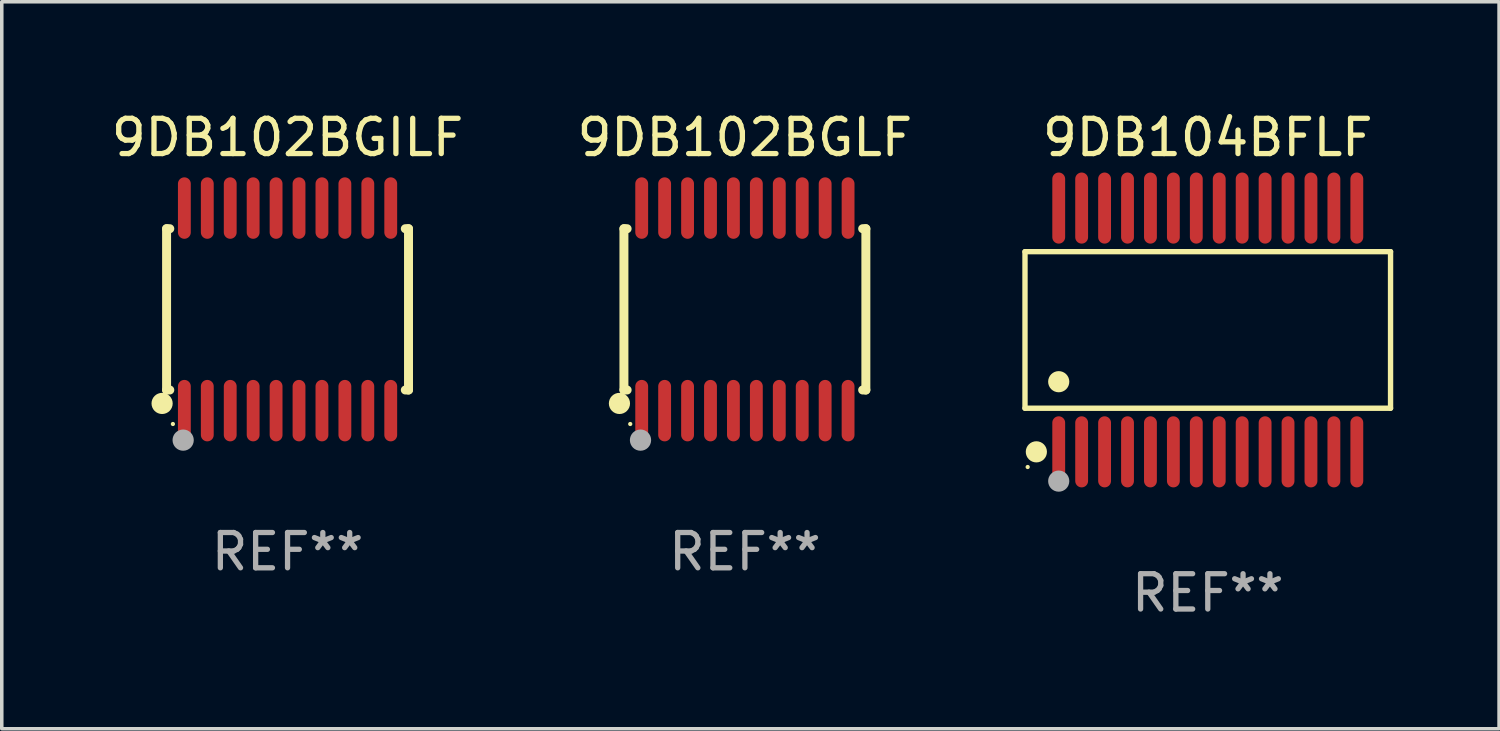
<source format=kicad_pcb>
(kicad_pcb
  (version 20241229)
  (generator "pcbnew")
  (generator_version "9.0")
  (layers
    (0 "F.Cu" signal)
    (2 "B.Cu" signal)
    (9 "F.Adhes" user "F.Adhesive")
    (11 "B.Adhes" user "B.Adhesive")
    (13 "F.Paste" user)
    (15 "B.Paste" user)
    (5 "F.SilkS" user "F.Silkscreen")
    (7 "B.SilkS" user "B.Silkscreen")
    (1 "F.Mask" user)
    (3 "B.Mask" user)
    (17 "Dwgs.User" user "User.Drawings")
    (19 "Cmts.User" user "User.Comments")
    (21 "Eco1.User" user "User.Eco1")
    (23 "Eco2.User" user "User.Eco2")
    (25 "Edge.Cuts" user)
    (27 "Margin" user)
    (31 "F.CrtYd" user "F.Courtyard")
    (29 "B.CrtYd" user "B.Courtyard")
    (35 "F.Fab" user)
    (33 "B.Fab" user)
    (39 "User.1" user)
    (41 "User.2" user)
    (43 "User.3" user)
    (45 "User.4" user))
  (footprint "9DB102BGILF"
    (layer "F.Cu")
    (at 5.101 5.719)
    (property "Reference" "9DB102BGILF" (at 0 -4.871 0) (layer "F.SilkS") (effects (font (size 1 1) (thickness 0.15))))
    (attr through_hole)
    (fp_line (start -3.429 -2.286) (end -3.429 2.286) (stroke (width 0.254) (type solid)) (layer "F.SilkS"))
    (fp_line (start -3.429 2.286) (end -3.338 2.286) (stroke (width 0.254) (type solid)) (layer "F.SilkS"))
    (fp_line (start -3.338 -2.286) (end -3.429 -2.286) (stroke (width 0.254) (type solid)) (layer "F.SilkS"))
    (fp_line (start 3.338 -2.286) (end 3.429 -2.286) (stroke (width 0.254) (type solid)) (layer "F.SilkS"))
    (fp_line (start 3.429 -2.286) (end 3.429 2.286) (stroke (width 0.254) (type solid)) (layer "F.SilkS"))
    (fp_line (start 3.429 2.286) (end 3.338 2.286) (stroke (width 0.254) (type solid)) (layer "F.SilkS"))
    (fp_circle (center -3.556 2.667) (end -3.406 2.667) (stroke (width 0.3) (type solid)) (fill no) (layer "F.SilkS"))
    (fp_circle (center -3.25 3.25) (end -3.22 3.25) (stroke (width 0.06) (type solid)) (fill no) (layer "F.SilkS"))
    (fp_circle (center -2.959 3.707) (end -2.808 3.707) (stroke (width 0.3) (type solid)) (fill no) (layer "F.Fab"))
    (fp_text user "REF**" (at 0 6.871 0) (layer "F.Fab") (effects (font (size 1 1) (thickness 0.15))))
    (pad "1" smd oval (at -2.925 2.871) (size 0.364 1.742) (layers "F.Cu" "F.Mask" "F.Paste"))
    (pad "2" smd oval (at -2.275 2.871) (size 0.364 1.742) (layers "F.Cu" "F.Mask" "F.Paste"))
    (pad "3" smd oval (at -1.625 2.871) (size 0.364 1.742) (layers "F.Cu" "F.Mask" "F.Paste"))
    (pad "4" smd oval (at -0.975 2.871) (size 0.364 1.742) (layers "F.Cu" "F.Mask" "F.Paste"))
    (pad "5" smd oval (at -0.325 2.871) (size 0.364 1.742) (layers "F.Cu" "F.Mask" "F.Paste"))
    (pad "6" smd oval (at 0.325 2.871) (size 0.364 1.742) (layers "F.Cu" "F.Mask" "F.Paste"))
    (pad "7" smd oval (at 0.975 2.871) (size 0.364 1.742) (layers "F.Cu" "F.Mask" "F.Paste"))
    (pad "8" smd oval (at 1.625 2.871) (size 0.364 1.742) (layers "F.Cu" "F.Mask" "F.Paste"))
    (pad "9" smd oval (at 2.275 2.871) (size 0.364 1.742) (layers "F.Cu" "F.Mask" "F.Paste"))
    (pad "10" smd oval (at 2.925 2.871) (size 0.364 1.742) (layers "F.Cu" "F.Mask" "F.Paste"))
    (pad "11" smd oval (at 2.925 -2.871) (size 0.364 1.742) (layers "F.Cu" "F.Mask" "F.Paste"))
    (pad "12" smd oval (at 2.275 -2.871) (size 0.364 1.742) (layers "F.Cu" "F.Mask" "F.Paste"))
    (pad "13" smd oval (at 1.625 -2.871) (size 0.364 1.742) (layers "F.Cu" "F.Mask" "F.Paste"))
    (pad "14" smd oval (at 0.975 -2.871) (size 0.364 1.742) (layers "F.Cu" "F.Mask" "F.Paste"))
    (pad "15" smd oval (at 0.325 -2.871) (size 0.364 1.742) (layers "F.Cu" "F.Mask" "F.Paste"))
    (pad "16" smd oval (at -0.325 -2.871) (size 0.364 1.742) (layers "F.Cu" "F.Mask" "F.Paste"))
    (pad "17" smd oval (at -0.975 -2.871) (size 0.364 1.742) (layers "F.Cu" "F.Mask" "F.Paste"))
    (pad "18" smd oval (at -1.625 -2.871) (size 0.364 1.742) (layers "F.Cu" "F.Mask" "F.Paste"))
    (pad "19" smd oval (at -2.275 -2.871) (size 0.364 1.742) (layers "F.Cu" "F.Mask" "F.Paste"))
    (pad "20" smd oval (at -2.925 -2.871) (size 0.364 1.742) (layers "F.Cu" "F.Mask" "F.Paste")))
  (footprint "9DB104BFLF"
    (layer "F.Cu")
    (at 31.186 6.303)
    (property "Reference" "9DB104BFLF" (at 0 -5.455 0) (layer "F.SilkS") (effects (font (size 1 1) (thickness 0.15))))
    (attr through_hole)
    (fp_line (start -5.181 -2.219) (end 5.181 -2.219) (stroke (width 0.152) (type solid)) (layer "F.SilkS"))
    (fp_line (start -5.181 2.219) (end -5.181 -2.219) (stroke (width 0.152) (type solid)) (layer "F.SilkS"))
    (fp_line (start 5.181 -2.219) (end 5.181 2.219) (stroke (width 0.152) (type solid)) (layer "F.SilkS"))
    (fp_line (start 5.181 2.219) (end -5.181 2.219) (stroke (width 0.152) (type solid)) (layer "F.SilkS"))
    (fp_circle (center -5.105 3.885) (end -5.075 3.885) (stroke (width 0.06) (type solid)) (fill no) (layer "F.SilkS"))
    (fp_circle (center -4.859 3.455) (end -4.709 3.455) (stroke (width 0.3) (type solid)) (fill no) (layer "F.SilkS"))
    (fp_circle (center -4.225 1.467) (end -4.075 1.467) (stroke (width 0.3) (type solid)) (fill no) (layer "F.SilkS"))
    (fp_circle (center -4.225 4.285) (end -4.075 4.285) (stroke (width 0.3) (type solid)) (fill no) (layer "F.Fab"))
    (fp_text user "REF**" (at 0 7.455 0) (layer "F.Fab") (effects (font (size 1 1) (thickness 0.15))))
    (pad "1" smd oval (at -4.225 3.455) (size 0.364 2.015) (layers "F.Cu" "F.Mask" "F.Paste"))
    (pad "2" smd oval (at -3.575 3.455) (size 0.364 2.015) (layers "F.Cu" "F.Mask" "F.Paste"))
    (pad "3" smd oval (at -2.925 3.455) (size 0.364 2.015) (layers "F.Cu" "F.Mask" "F.Paste"))
    (pad "4" smd oval (at -2.275 3.455) (size 0.364 2.015) (layers "F.Cu" "F.Mask" "F.Paste"))
    (pad "5" smd oval (at -1.625 3.455) (size 0.364 2.015) (layers "F.Cu" "F.Mask" "F.Paste"))
    (pad "6" smd oval (at -0.975 3.455) (size 0.364 2.015) (layers "F.Cu" "F.Mask" "F.Paste"))
    (pad "7" smd oval (at -0.325 3.455) (size 0.364 2.015) (layers "F.Cu" "F.Mask" "F.Paste"))
    (pad "8" smd oval (at 0.325 3.455) (size 0.364 2.015) (layers "F.Cu" "F.Mask" "F.Paste"))
    (pad "9" smd oval (at 0.975 3.455) (size 0.364 2.015) (layers "F.Cu" "F.Mask" "F.Paste"))
    (pad "10" smd oval (at 1.625 3.455) (size 0.364 2.015) (layers "F.Cu" "F.Mask" "F.Paste"))
    (pad "11" smd oval (at 2.275 3.455) (size 0.364 2.015) (layers "F.Cu" "F.Mask" "F.Paste"))
    (pad "12" smd oval (at 2.925 3.455) (size 0.364 2.015) (layers "F.Cu" "F.Mask" "F.Paste"))
    (pad "13" smd oval (at 3.575 3.455) (size 0.364 2.015) (layers "F.Cu" "F.Mask" "F.Paste"))
    (pad "14" smd oval (at 4.225 3.455) (size 0.364 2.015) (layers "F.Cu" "F.Mask" "F.Paste"))
    (pad "15" smd oval (at 4.225 -3.455) (size 0.364 2.015) (layers "F.Cu" "F.Mask" "F.Paste"))
    (pad "16" smd oval (at 3.575 -3.455) (size 0.364 2.015) (layers "F.Cu" "F.Mask" "F.Paste"))
    (pad "17" smd oval (at 2.925 -3.455) (size 0.364 2.015) (layers "F.Cu" "F.Mask" "F.Paste"))
    (pad "18" smd oval (at 2.275 -3.455) (size 0.364 2.015) (layers "F.Cu" "F.Mask" "F.Paste"))
    (pad "19" smd oval (at 1.625 -3.455) (size 0.364 2.015) (layers "F.Cu" "F.Mask" "F.Paste"))
    (pad "20" smd oval (at 0.975 -3.455) (size 0.364 2.015) (layers "F.Cu" "F.Mask" "F.Paste"))
    (pad "21" smd oval (at 0.325 -3.455) (size 0.364 2.015) (layers "F.Cu" "F.Mask" "F.Paste"))
    (pad "22" smd oval (at -0.325 -3.455) (size 0.364 2.015) (layers "F.Cu" "F.Mask" "F.Paste"))
    (pad "23" smd oval (at -0.975 -3.455) (size 0.364 2.015) (layers "F.Cu" "F.Mask" "F.Paste"))
    (pad "24" smd oval (at -1.625 -3.455) (size 0.364 2.015) (layers "F.Cu" "F.Mask" "F.Paste"))
    (pad "25" smd oval (at -2.275 -3.455) (size 0.364 2.015) (layers "F.Cu" "F.Mask" "F.Paste"))
    (pad "26" smd oval (at -2.925 -3.455) (size 0.364 2.015) (layers "F.Cu" "F.Mask" "F.Paste"))
    (pad "27" smd oval (at -3.575 -3.455) (size 0.364 2.015) (layers "F.Cu" "F.Mask" "F.Paste"))
    (pad "28" smd oval (at -4.225 -3.455) (size 0.364 2.015) (layers "F.Cu" "F.Mask" "F.Paste")))
  (footprint "9DB102BGLF"
    (layer "F.Cu")
    (at 18.065 5.719)
    (property "Reference" "9DB102BGLF" (at 0 -4.871 0) (layer "F.SilkS") (effects (font (size 1 1) (thickness 0.15))))
    (attr through_hole)
    (fp_line (start -3.429 -2.286) (end -3.429 2.286) (stroke (width 0.254) (type solid)) (layer "F.SilkS"))
    (fp_line (start -3.429 2.286) (end -3.338 2.286) (stroke (width 0.254) (type solid)) (layer "F.SilkS"))
    (fp_line (start -3.338 -2.286) (end -3.429 -2.286) (stroke (width 0.254) (type solid)) (layer "F.SilkS"))
    (fp_line (start 3.338 -2.286) (end 3.429 -2.286) (stroke (width 0.254) (type solid)) (layer "F.SilkS"))
    (fp_line (start 3.429 -2.286) (end 3.429 2.286) (stroke (width 0.254) (type solid)) (layer "F.SilkS"))
    (fp_line (start 3.429 2.286) (end 3.338 2.286) (stroke (width 0.254) (type solid)) (layer "F.SilkS"))
    (fp_circle (center -3.556 2.667) (end -3.406 2.667) (stroke (width 0.3) (type solid)) (fill no) (layer "F.SilkS"))
    (fp_circle (center -3.25 3.25) (end -3.22 3.25) (stroke (width 0.06) (type solid)) (fill no) (layer "F.SilkS"))
    (fp_circle (center -2.959 3.707) (end -2.808 3.707) (stroke (width 0.3) (type solid)) (fill no) (layer "F.Fab"))
    (fp_text user "REF**" (at 0 6.871 0) (layer "F.Fab") (effects (font (size 1 1) (thickness 0.15))))
    (pad "1" smd oval (at -2.925 2.871) (size 0.364 1.742) (layers "F.Cu" "F.Mask" "F.Paste"))
    (pad "2" smd oval (at -2.275 2.871) (size 0.364 1.742) (layers "F.Cu" "F.Mask" "F.Paste"))
    (pad "3" smd oval (at -1.625 2.871) (size 0.364 1.742) (layers "F.Cu" "F.Mask" "F.Paste"))
    (pad "4" smd oval (at -0.975 2.871) (size 0.364 1.742) (layers "F.Cu" "F.Mask" "F.Paste"))
    (pad "5" smd oval (at -0.325 2.871) (size 0.364 1.742) (layers "F.Cu" "F.Mask" "F.Paste"))
    (pad "6" smd oval (at 0.325 2.871) (size 0.364 1.742) (layers "F.Cu" "F.Mask" "F.Paste"))
    (pad "7" smd oval (at 0.975 2.871) (size 0.364 1.742) (layers "F.Cu" "F.Mask" "F.Paste"))
    (pad "8" smd oval (at 1.625 2.871) (size 0.364 1.742) (layers "F.Cu" "F.Mask" "F.Paste"))
    (pad "9" smd oval (at 2.275 2.871) (size 0.364 1.742) (layers "F.Cu" "F.Mask" "F.Paste"))
    (pad "10" smd oval (at 2.925 2.871) (size 0.364 1.742) (layers "F.Cu" "F.Mask" "F.Paste"))
    (pad "11" smd oval (at 2.925 -2.871) (size 0.364 1.742) (layers "F.Cu" "F.Mask" "F.Paste"))
    (pad "12" smd oval (at 2.275 -2.871) (size 0.364 1.742) (layers "F.Cu" "F.Mask" "F.Paste"))
    (pad "13" smd oval (at 1.625 -2.871) (size 0.364 1.742) (layers "F.Cu" "F.Mask" "F.Paste"))
    (pad "14" smd oval (at 0.975 -2.871) (size 0.364 1.742) (layers "F.Cu" "F.Mask" "F.Paste"))
    (pad "15" smd oval (at 0.325 -2.871) (size 0.364 1.742) (layers "F.Cu" "F.Mask" "F.Paste"))
    (pad "16" smd oval (at -0.325 -2.871) (size 0.364 1.742) (layers "F.Cu" "F.Mask" "F.Paste"))
    (pad "17" smd oval (at -0.975 -2.871) (size 0.364 1.742) (layers "F.Cu" "F.Mask" "F.Paste"))
    (pad "18" smd oval (at -1.625 -2.871) (size 0.364 1.742) (layers "F.Cu" "F.Mask" "F.Paste"))
    (pad "19" smd oval (at -2.275 -2.871) (size 0.364 1.742) (layers "F.Cu" "F.Mask" "F.Paste"))
    (pad "20" smd oval (at -2.925 -2.871) (size 0.364 1.742) (layers "F.Cu" "F.Mask" "F.Paste")))
  (gr_rect
    (start -3 -3)
    (end 39.443 17.607)
    (stroke (width 0.1) (type default))
    (fill no)
    (layer "Edge.Cuts")))
</source>
